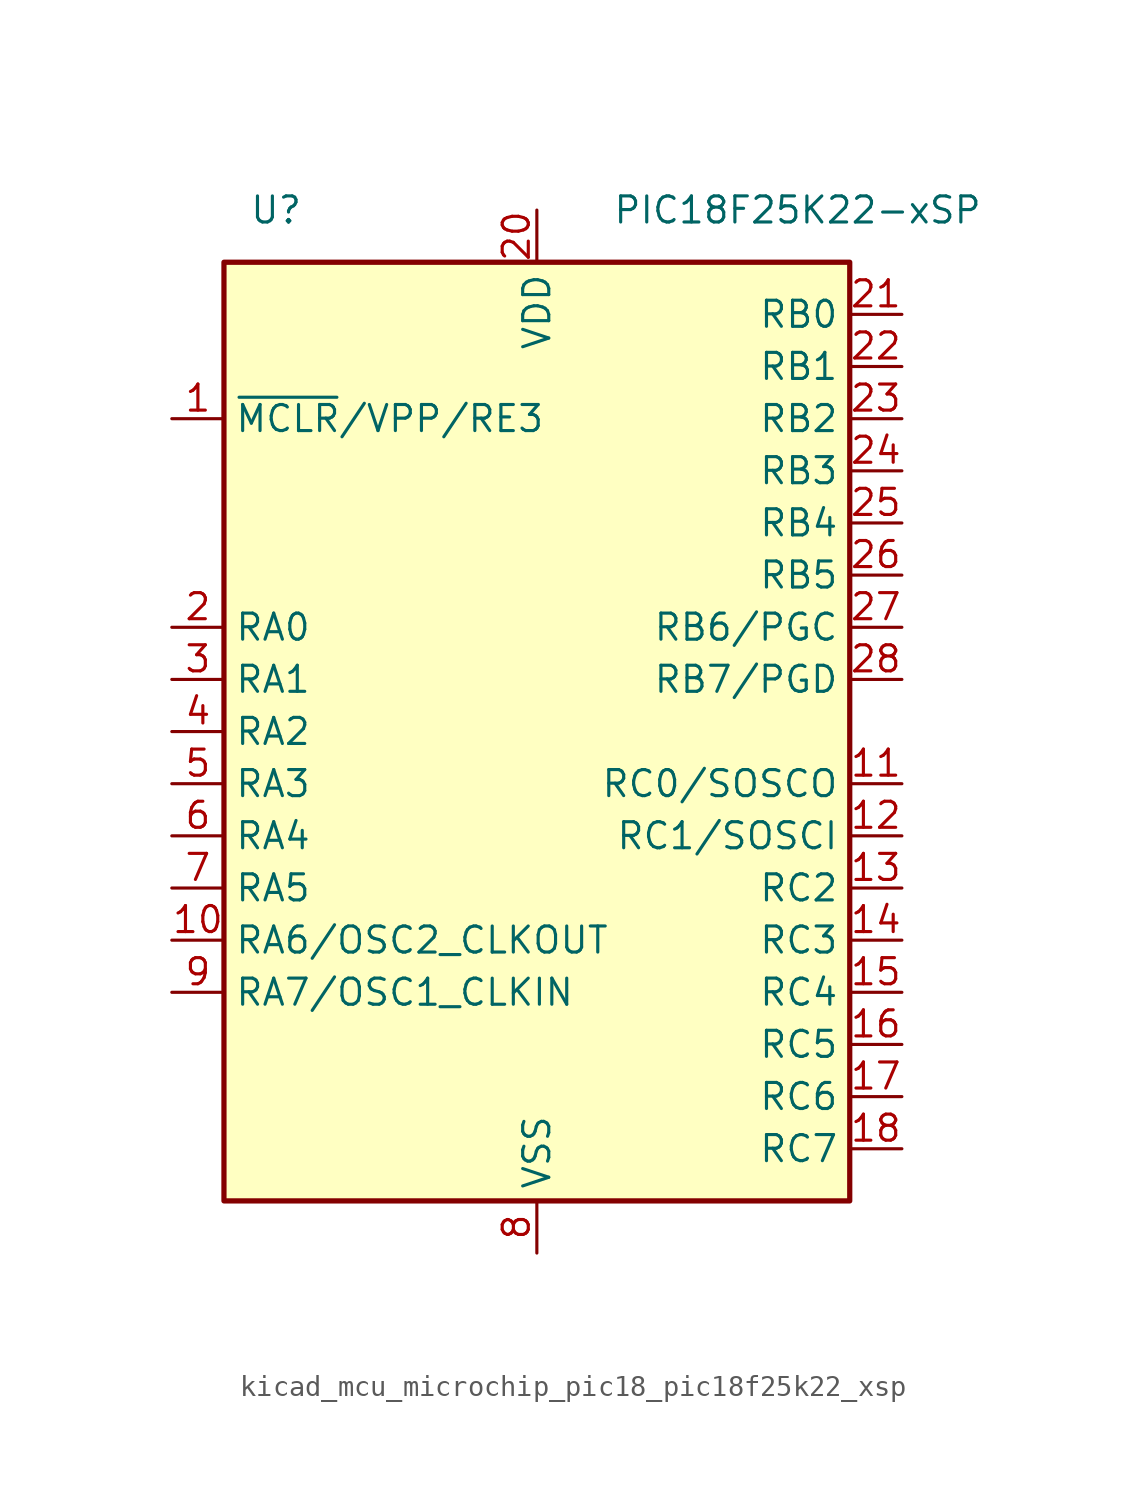
<source format=kicad_sym>
(kicad_symbol_lib
  (version 20220914)
  (generator kicad_symbol_editor)
  (symbol "kicad_mcu_microchip_pic18_pic18f25k22_xsp"
    (property "Reference" "U"
      (at -12.7 25.4 0)
      (effects (font (size 1.27 1.27))))
    (property "Value" "PIC18F25K22-xSP"
      (at 12.7 25.4 0)
      (effects (font (size 1.27 1.27))))
    (symbol "kicad_mcu_microchip_pic18_pic18f25k22_xsp_1_1"
      (rectangle (start -15.24 22.86) (end 15.24 -22.86) (stroke (width 0.254) (type default)) (fill (type background)))
      (pin input line (at -17.78 15.24 0) (length 2.54) (name "~{MCLR}/VPP/RE3" (effects (font (size 1.27 1.27)))) (number "1" (effects (font (size 1.27 1.27)))))
      (pin bidirectional line (at -17.78 -10.16 0) (length 2.54) (name "RA6/OSC2_CLKOUT" (effects (font (size 1.27 1.27)))) (number "10" (effects (font (size 1.27 1.27)))))
      (pin bidirectional line (at 17.78 -2.54 180) (length 2.54) (name "RC0/SOSCO" (effects (font (size 1.27 1.27)))) (number "11" (effects (font (size 1.27 1.27)))))
      (pin bidirectional line (at 17.78 -5.08 180) (length 2.54) (name "RC1/SOSCI" (effects (font (size 1.27 1.27)))) (number "12" (effects (font (size 1.27 1.27)))))
      (pin bidirectional line (at 17.78 -7.62 180) (length 2.54) (name "RC2" (effects (font (size 1.27 1.27)))) (number "13" (effects (font (size 1.27 1.27)))))
      (pin bidirectional line (at 17.78 -10.16 180) (length 2.54) (name "RC3" (effects (font (size 1.27 1.27)))) (number "14" (effects (font (size 1.27 1.27)))))
      (pin bidirectional line (at 17.78 -12.7 180) (length 2.54) (name "RC4" (effects (font (size 1.27 1.27)))) (number "15" (effects (font (size 1.27 1.27)))))
      (pin bidirectional line (at 17.78 -15.24 180) (length 2.54) (name "RC5" (effects (font (size 1.27 1.27)))) (number "16" (effects (font (size 1.27 1.27)))))
      (pin bidirectional line (at 17.78 -17.78 180) (length 2.54) (name "RC6" (effects (font (size 1.27 1.27)))) (number "17" (effects (font (size 1.27 1.27)))))
      (pin bidirectional line (at 17.78 -20.32 180) (length 2.54) (name "RC7" (effects (font (size 1.27 1.27)))) (number "18" (effects (font (size 1.27 1.27)))))
      (pin passive line (at 0 -25.4 90) (length 2.54) hide (name "VSS" (effects (font (size 1.27 1.27)))) (number "19" (effects (font (size 1.27 1.27)))))
      (pin bidirectional line (at -17.78 5.08 0) (length 2.54) (name "RA0" (effects (font (size 1.27 1.27)))) (number "2" (effects (font (size 1.27 1.27)))))
      (pin power_in line (at 0 25.4 270) (length 2.54) (name "VDD" (effects (font (size 1.27 1.27)))) (number "20" (effects (font (size 1.27 1.27)))))
      (pin bidirectional line (at 17.78 20.32 180) (length 2.54) (name "RB0" (effects (font (size 1.27 1.27)))) (number "21" (effects (font (size 1.27 1.27)))))
      (pin bidirectional line (at 17.78 17.78 180) (length 2.54) (name "RB1" (effects (font (size 1.27 1.27)))) (number "22" (effects (font (size 1.27 1.27)))))
      (pin bidirectional line (at 17.78 15.24 180) (length 2.54) (name "RB2" (effects (font (size 1.27 1.27)))) (number "23" (effects (font (size 1.27 1.27)))))
      (pin bidirectional line (at 17.78 12.7 180) (length 2.54) (name "RB3" (effects (font (size 1.27 1.27)))) (number "24" (effects (font (size 1.27 1.27)))))
      (pin bidirectional line (at 17.78 10.16 180) (length 2.54) (name "RB4" (effects (font (size 1.27 1.27)))) (number "25" (effects (font (size 1.27 1.27)))))
      (pin bidirectional line (at 17.78 7.62 180) (length 2.54) (name "RB5" (effects (font (size 1.27 1.27)))) (number "26" (effects (font (size 1.27 1.27)))))
      (pin bidirectional line (at 17.78 5.08 180) (length 2.54) (name "RB6/PGC" (effects (font (size 1.27 1.27)))) (number "27" (effects (font (size 1.27 1.27)))))
      (pin bidirectional line (at 17.78 2.54 180) (length 2.54) (name "RB7/PGD" (effects (font (size 1.27 1.27)))) (number "28" (effects (font (size 1.27 1.27)))))
      (pin bidirectional line (at -17.78 2.54 0) (length 2.54) (name "RA1" (effects (font (size 1.27 1.27)))) (number "3" (effects (font (size 1.27 1.27)))))
      (pin bidirectional line (at -17.78 0 0) (length 2.54) (name "RA2" (effects (font (size 1.27 1.27)))) (number "4" (effects (font (size 1.27 1.27)))))
      (pin bidirectional line (at -17.78 -2.54 0) (length 2.54) (name "RA3" (effects (font (size 1.27 1.27)))) (number "5" (effects (font (size 1.27 1.27)))))
      (pin bidirectional line (at -17.78 -5.08 0) (length 2.54) (name "RA4" (effects (font (size 1.27 1.27)))) (number "6" (effects (font (size 1.27 1.27)))))
      (pin bidirectional line (at -17.78 -7.62 0) (length 2.54) (name "RA5" (effects (font (size 1.27 1.27)))) (number "7" (effects (font (size 1.27 1.27)))))
      (pin power_in line (at 0 -25.4 90) (length 2.54) (name "VSS" (effects (font (size 1.27 1.27)))) (number "8" (effects (font (size 1.27 1.27)))))
      (pin bidirectional line (at -17.78 -12.7 0) (length 2.54) (name "RA7/OSC1_CLKIN" (effects (font (size 1.27 1.27)))) (number "9" (effects (font (size 1.27 1.27))))))))
</source>
